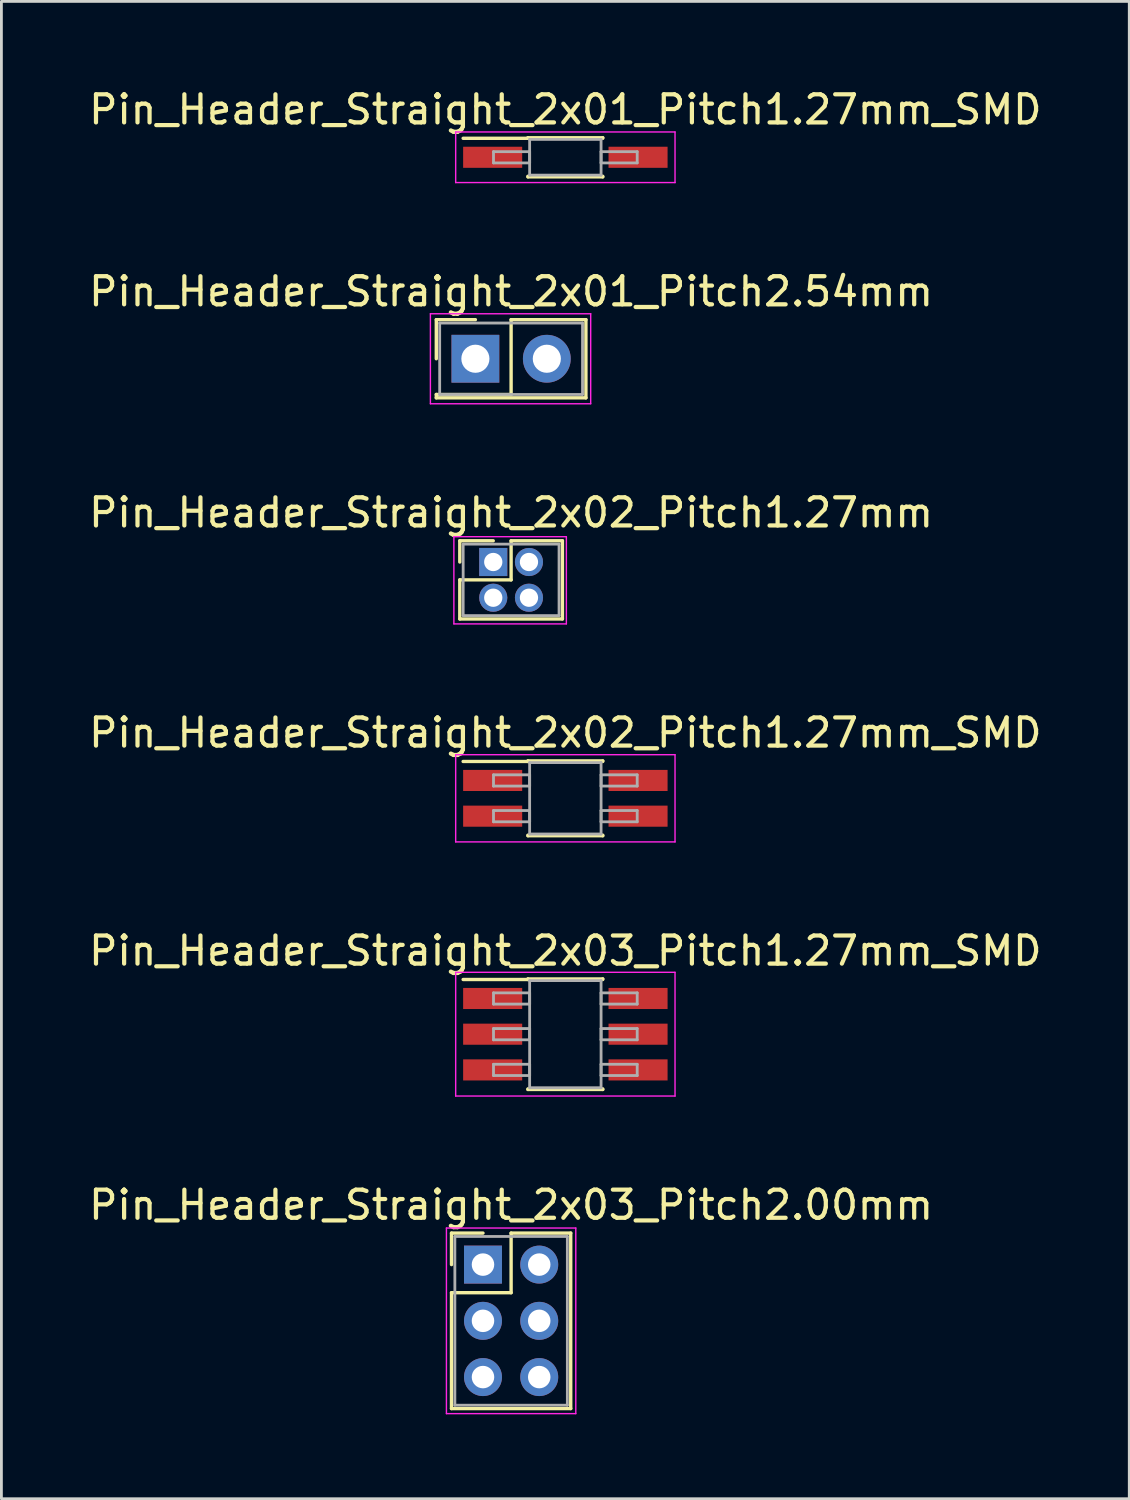
<source format=kicad_pcb>
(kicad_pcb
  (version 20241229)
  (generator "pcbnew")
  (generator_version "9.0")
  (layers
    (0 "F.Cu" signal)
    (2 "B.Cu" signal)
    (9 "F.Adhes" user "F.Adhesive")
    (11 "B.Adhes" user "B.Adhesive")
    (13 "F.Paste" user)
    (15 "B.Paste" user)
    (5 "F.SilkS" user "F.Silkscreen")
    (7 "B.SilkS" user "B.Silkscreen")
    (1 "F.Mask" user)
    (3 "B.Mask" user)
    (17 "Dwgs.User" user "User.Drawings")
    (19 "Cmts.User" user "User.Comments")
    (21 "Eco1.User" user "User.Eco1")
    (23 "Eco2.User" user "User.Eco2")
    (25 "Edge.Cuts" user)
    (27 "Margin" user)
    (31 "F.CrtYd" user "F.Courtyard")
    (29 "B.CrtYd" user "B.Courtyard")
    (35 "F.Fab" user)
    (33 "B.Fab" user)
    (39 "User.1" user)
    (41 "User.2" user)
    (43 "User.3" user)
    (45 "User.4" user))
  (footprint "Pin_Header_Straight_2x03_Pitch1.27mm_SMD"
    (layer "F.Cu")
    (at 17.054 33.726)
    (property "Reference" "Pin_Header_Straight_2x03_Pitch1.27mm_SMD" (at 0 -2.965 0) (layer "F.SilkS") (effects (font (size 1 1) (thickness 0.15))))
    (attr smd)
    (fp_line (start -3.635 -1.945) (end -1.33 -1.945) (stroke (width 0.12) (type solid)) (layer "F.SilkS"))
    (fp_line (start -1.33 -1.965) (end 1.33 -1.965) (stroke (width 0.12) (type solid)) (layer "F.SilkS"))
    (fp_line (start -1.33 -1.945) (end -1.33 -1.965) (stroke (width 0.12) (type solid)) (layer "F.SilkS"))
    (fp_line (start -1.33 1.945) (end -1.33 1.965) (stroke (width 0.12) (type solid)) (layer "F.SilkS"))
    (fp_line (start -1.33 1.965) (end 1.33 1.965) (stroke (width 0.12) (type solid)) (layer "F.SilkS"))
    (fp_line (start 1.33 -1.965) (end 1.33 -1.945) (stroke (width 0.12) (type solid)) (layer "F.SilkS"))
    (fp_line (start 1.33 1.965) (end 1.33 1.945) (stroke (width 0.12) (type solid)) (layer "F.SilkS"))
    (fp_line (start -3.9 -2.2) (end -3.9 2.2) (stroke (width 0.05) (type solid)) (layer "F.CrtYd"))
    (fp_line (start -3.9 2.2) (end 3.9 2.2) (stroke (width 0.05) (type solid)) (layer "F.CrtYd"))
    (fp_line (start 3.9 -2.2) (end -3.9 -2.2) (stroke (width 0.05) (type solid)) (layer "F.CrtYd"))
    (fp_line (start 3.9 2.2) (end 3.9 -2.2) (stroke (width 0.05) (type solid)) (layer "F.CrtYd"))
    (fp_line (start -2.555 -1.47) (end -1.27 -1.47) (stroke (width 0.1) (type solid)) (layer "F.Fab"))
    (fp_line (start -2.555 -1.07) (end -2.555 -1.47) (stroke (width 0.1) (type solid)) (layer "F.Fab"))
    (fp_line (start -2.555 -0.2) (end -1.27 -0.2) (stroke (width 0.1) (type solid)) (layer "F.Fab"))
    (fp_line (start -2.555 0.2) (end -2.555 -0.2) (stroke (width 0.1) (type solid)) (layer "F.Fab"))
    (fp_line (start -2.555 1.07) (end -1.27 1.07) (stroke (width 0.1) (type solid)) (layer "F.Fab"))
    (fp_line (start -2.555 1.47) (end -2.555 1.07) (stroke (width 0.1) (type solid)) (layer "F.Fab"))
    (fp_line (start -1.27 -1.905) (end -1.27 1.905) (stroke (width 0.1) (type solid)) (layer "F.Fab"))
    (fp_line (start -1.27 -1.47) (end -1.27 -1.07) (stroke (width 0.1) (type solid)) (layer "F.Fab"))
    (fp_line (start -1.27 -1.07) (end -2.555 -1.07) (stroke (width 0.1) (type solid)) (layer "F.Fab"))
    (fp_line (start -1.27 -0.2) (end -1.27 0.2) (stroke (width 0.1) (type solid)) (layer "F.Fab"))
    (fp_line (start -1.27 0.2) (end -2.555 0.2) (stroke (width 0.1) (type solid)) (layer "F.Fab"))
    (fp_line (start -1.27 1.07) (end -1.27 1.47) (stroke (width 0.1) (type solid)) (layer "F.Fab"))
    (fp_line (start -1.27 1.47) (end -2.555 1.47) (stroke (width 0.1) (type solid)) (layer "F.Fab"))
    (fp_line (start -1.27 1.905) (end 1.27 1.905) (stroke (width 0.1) (type solid)) (layer "F.Fab"))
    (fp_line (start 1.27 -1.905) (end -1.27 -1.905) (stroke (width 0.1) (type solid)) (layer "F.Fab"))
    (fp_line (start 1.27 -1.47) (end 1.27 -1.07) (stroke (width 0.1) (type solid)) (layer "F.Fab"))
    (fp_line (start 1.27 -1.07) (end 2.555 -1.07) (stroke (width 0.1) (type solid)) (layer "F.Fab"))
    (fp_line (start 1.27 -0.2) (end 1.27 0.2) (stroke (width 0.1) (type solid)) (layer "F.Fab"))
    (fp_line (start 1.27 0.2) (end 2.555 0.2) (stroke (width 0.1) (type solid)) (layer "F.Fab"))
    (fp_line (start 1.27 1.07) (end 1.27 1.47) (stroke (width 0.1) (type solid)) (layer "F.Fab"))
    (fp_line (start 1.27 1.47) (end 2.555 1.47) (stroke (width 0.1) (type solid)) (layer "F.Fab"))
    (fp_line (start 1.27 1.905) (end 1.27 -1.905) (stroke (width 0.1) (type solid)) (layer "F.Fab"))
    (fp_line (start 2.555 -1.47) (end 1.27 -1.47) (stroke (width 0.1) (type solid)) (layer "F.Fab"))
    (fp_line (start 2.555 -1.07) (end 2.555 -1.47) (stroke (width 0.1) (type solid)) (layer "F.Fab"))
    (fp_line (start 2.555 -0.2) (end 1.27 -0.2) (stroke (width 0.1) (type solid)) (layer "F.Fab"))
    (fp_line (start 2.555 0.2) (end 2.555 -0.2) (stroke (width 0.1) (type solid)) (layer "F.Fab"))
    (fp_line (start 2.555 1.07) (end 1.27 1.07) (stroke (width 0.1) (type solid)) (layer "F.Fab"))
    (fp_line (start 2.555 1.47) (end 2.555 1.07) (stroke (width 0.1) (type solid)) (layer "F.Fab"))
    (pad "1" smd rect (at -2.585 -1.27) (size 2.1 0.75) (layers "F.Cu" "F.Mask"))
    (pad "2" smd rect (at 2.585 -1.27) (size 2.1 0.75) (layers "F.Cu" "F.Mask"))
    (pad "3" smd rect (at -2.585 0) (size 2.1 0.75) (layers "F.Cu" "F.Mask"))
    (pad "4" smd rect (at 2.585 0) (size 2.1 0.75) (layers "F.Cu" "F.Mask"))
    (pad "5" smd rect (at -2.585 1.27) (size 2.1 0.75) (layers "F.Cu" "F.Mask"))
    (pad "6" smd rect (at 2.585 1.27) (size 2.1 0.75) (layers "F.Cu" "F.Mask")))
  (footprint "Pin_Header_Straight_2x02_Pitch1.27mm"
    (layer "F.Cu")
    (at 14.49 16.935)
    (property "Reference" "Pin_Header_Straight_2x02_Pitch1.27mm" (at 0.635 -1.755 0) (layer "F.SilkS") (effects (font (size 1 1) (thickness 0.15))))
    (attr through_hole)
    (fp_line (start -1.19 -0.755) (end 0 -0.755) (stroke (width 0.12) (type solid)) (layer "F.SilkS"))
    (fp_line (start -1.19 0) (end -1.19 -0.755) (stroke (width 0.12) (type solid)) (layer "F.SilkS"))
    (fp_line (start -1.19 0.635) (end -1.19 2.025) (stroke (width 0.12) (type solid)) (layer "F.SilkS"))
    (fp_line (start -1.19 2.025) (end 2.46 2.025) (stroke (width 0.12) (type solid)) (layer "F.SilkS"))
    (fp_line (start 0.635 -0.755) (end 0.635 0.635) (stroke (width 0.12) (type solid)) (layer "F.SilkS"))
    (fp_line (start 0.635 0.635) (end -1.19 0.635) (stroke (width 0.12) (type solid)) (layer "F.SilkS"))
    (fp_line (start 2.46 -0.755) (end 0.635 -0.755) (stroke (width 0.12) (type solid)) (layer "F.SilkS"))
    (fp_line (start 2.46 2.025) (end 2.46 -0.755) (stroke (width 0.12) (type solid)) (layer "F.SilkS"))
    (fp_line (start -1.4 -0.9) (end -1.4 2.2) (stroke (width 0.05) (type solid)) (layer "F.CrtYd"))
    (fp_line (start -1.4 2.2) (end 2.6 2.2) (stroke (width 0.05) (type solid)) (layer "F.CrtYd"))
    (fp_line (start 2.6 -0.9) (end -1.4 -0.9) (stroke (width 0.05) (type solid)) (layer "F.CrtYd"))
    (fp_line (start 2.6 2.2) (end 2.6 -0.9) (stroke (width 0.05) (type solid)) (layer "F.CrtYd"))
    (fp_line (start -1.07 -0.635) (end -1.07 1.905) (stroke (width 0.1) (type solid)) (layer "F.Fab"))
    (fp_line (start -1.07 1.905) (end 2.34 1.905) (stroke (width 0.1) (type solid)) (layer "F.Fab"))
    (fp_line (start 2.34 -0.635) (end -1.07 -0.635) (stroke (width 0.1) (type solid)) (layer "F.Fab"))
    (fp_line (start 2.34 1.905) (end 2.34 -0.635) (stroke (width 0.1) (type solid)) (layer "F.Fab"))
    (pad "1" thru_hole rect (at 0 0) (size 1 1) (drill 0.65) (layers "*.Cu" "*.Mask"))
    (pad "2" thru_hole oval (at 1.27 0) (size 1 1) (drill 0.65) (layers "*.Cu" "*.Mask"))
    (pad "3" thru_hole oval (at 0 1.27) (size 1 1) (drill 0.65) (layers "*.Cu" "*.Mask"))
    (pad "4" thru_hole oval (at 1.27 1.27) (size 1 1) (drill 0.65) (layers "*.Cu" "*.Mask")))
  (footprint "Pin_Header_Straight_2x03_Pitch2.00mm"
    (layer "F.Cu")
    (at 14.125 41.919)
    (property "Reference" "Pin_Header_Straight_2x03_Pitch2.00mm" (at 1 -2.12 0) (layer "F.SilkS") (effects (font (size 1 1) (thickness 0.15))))
    (attr through_hole)
    (fp_line (start -1.12 -1.12) (end 0 -1.12) (stroke (width 0.12) (type solid)) (layer "F.SilkS"))
    (fp_line (start -1.12 0) (end -1.12 -1.12) (stroke (width 0.12) (type solid)) (layer "F.SilkS"))
    (fp_line (start -1.12 1) (end -1.12 5.12) (stroke (width 0.12) (type solid)) (layer "F.SilkS"))
    (fp_line (start -1.12 5.12) (end 3.12 5.12) (stroke (width 0.12) (type solid)) (layer "F.SilkS"))
    (fp_line (start 1 -1.12) (end 1 1) (stroke (width 0.12) (type solid)) (layer "F.SilkS"))
    (fp_line (start 1 1) (end -1.12 1) (stroke (width 0.12) (type solid)) (layer "F.SilkS"))
    (fp_line (start 3.12 -1.12) (end 1 -1.12) (stroke (width 0.12) (type solid)) (layer "F.SilkS"))
    (fp_line (start 3.12 5.12) (end 3.12 -1.12) (stroke (width 0.12) (type solid)) (layer "F.SilkS"))
    (fp_line (start -1.3 -1.3) (end -1.3 5.3) (stroke (width 0.05) (type solid)) (layer "F.CrtYd"))
    (fp_line (start -1.3 5.3) (end 3.3 5.3) (stroke (width 0.05) (type solid)) (layer "F.CrtYd"))
    (fp_line (start 3.3 -1.3) (end -1.3 -1.3) (stroke (width 0.05) (type solid)) (layer "F.CrtYd"))
    (fp_line (start 3.3 5.3) (end 3.3 -1.3) (stroke (width 0.05) (type solid)) (layer "F.CrtYd"))
    (fp_line (start -1 -1) (end -1 5) (stroke (width 0.1) (type solid)) (layer "F.Fab"))
    (fp_line (start -1 5) (end 3 5) (stroke (width 0.1) (type solid)) (layer "F.Fab"))
    (fp_line (start 3 -1) (end -1 -1) (stroke (width 0.1) (type solid)) (layer "F.Fab"))
    (fp_line (start 3 5) (end 3 -1) (stroke (width 0.1) (type solid)) (layer "F.Fab"))
    (pad "1" thru_hole rect (at 0 0) (size 1.35 1.35) (drill 0.8) (layers "*.Cu" "*.Mask"))
    (pad "2" thru_hole oval (at 2 0) (size 1.35 1.35) (drill 0.8) (layers "*.Cu" "*.Mask"))
    (pad "3" thru_hole oval (at 0 2) (size 1.35 1.35) (drill 0.8) (layers "*.Cu" "*.Mask"))
    (pad "4" thru_hole oval (at 2 2) (size 1.35 1.35) (drill 0.8) (layers "*.Cu" "*.Mask"))
    (pad "5" thru_hole oval (at 0 4) (size 1.35 1.35) (drill 0.8) (layers "*.Cu" "*.Mask"))
    (pad "6" thru_hole oval (at 2 4) (size 1.35 1.35) (drill 0.8) (layers "*.Cu" "*.Mask")))
  (footprint "Pin_Header_Straight_2x01_Pitch2.54mm"
    (layer "F.Cu")
    (at 13.855 9.707)
    (property "Reference" "Pin_Header_Straight_2x01_Pitch2.54mm" (at 1.27 -2.39 0) (layer "F.SilkS") (effects (font (size 1 1) (thickness 0.15))))
    (attr through_hole)
    (fp_line (start -1.39 -1.39) (end 0 -1.39) (stroke (width 0.12) (type solid)) (layer "F.SilkS"))
    (fp_line (start -1.39 0) (end -1.39 -1.39) (stroke (width 0.12) (type solid)) (layer "F.SilkS"))
    (fp_line (start -1.39 1.27) (end -1.39 1.39) (stroke (width 0.12) (type solid)) (layer "F.SilkS"))
    (fp_line (start -1.39 1.39) (end 3.93 1.39) (stroke (width 0.12) (type solid)) (layer "F.SilkS"))
    (fp_line (start 1.27 -1.39) (end 1.27 1.27) (stroke (width 0.12) (type solid)) (layer "F.SilkS"))
    (fp_line (start 1.27 1.27) (end -1.39 1.27) (stroke (width 0.12) (type solid)) (layer "F.SilkS"))
    (fp_line (start 3.93 -1.39) (end 1.27 -1.39) (stroke (width 0.12) (type solid)) (layer "F.SilkS"))
    (fp_line (start 3.93 1.39) (end 3.93 -1.39) (stroke (width 0.12) (type solid)) (layer "F.SilkS"))
    (fp_line (start -1.6 -1.6) (end -1.6 1.6) (stroke (width 0.05) (type solid)) (layer "F.CrtYd"))
    (fp_line (start -1.6 1.6) (end 4.1 1.6) (stroke (width 0.05) (type solid)) (layer "F.CrtYd"))
    (fp_line (start 4.1 -1.6) (end -1.6 -1.6) (stroke (width 0.05) (type solid)) (layer "F.CrtYd"))
    (fp_line (start 4.1 1.6) (end 4.1 -1.6) (stroke (width 0.05) (type solid)) (layer "F.CrtYd"))
    (fp_line (start -1.27 -1.27) (end -1.27 1.27) (stroke (width 0.1) (type solid)) (layer "F.Fab"))
    (fp_line (start -1.27 1.27) (end 3.81 1.27) (stroke (width 0.1) (type solid)) (layer "F.Fab"))
    (fp_line (start 3.81 -1.27) (end -1.27 -1.27) (stroke (width 0.1) (type solid)) (layer "F.Fab"))
    (fp_line (start 3.81 1.27) (end 3.81 -1.27) (stroke (width 0.1) (type solid)) (layer "F.Fab"))
    (pad "1" thru_hole rect (at 0 0) (size 1.7 1.7) (drill 1) (layers "*.Cu" "*.Mask"))
    (pad "2" thru_hole oval (at 2.54 0) (size 1.7 1.7) (drill 1) (layers "*.Cu" "*.Mask")))
  (footprint "Pin_Header_Straight_2x01_Pitch1.27mm_SMD"
    (layer "F.Cu")
    (at 17.054 2.543)
    (property "Reference" "Pin_Header_Straight_2x01_Pitch1.27mm_SMD" (at 0 -1.695 0) (layer "F.SilkS") (effects (font (size 1 1) (thickness 0.15))))
    (attr smd)
    (fp_line (start -3.635 -0.675) (end -1.33 -0.675) (stroke (width 0.12) (type solid)) (layer "F.SilkS"))
    (fp_line (start -1.33 -0.695) (end 1.33 -0.695) (stroke (width 0.12) (type solid)) (layer "F.SilkS"))
    (fp_line (start -1.33 -0.675) (end -1.33 -0.695) (stroke (width 0.12) (type solid)) (layer "F.SilkS"))
    (fp_line (start -1.33 0.675) (end -1.33 0.695) (stroke (width 0.12) (type solid)) (layer "F.SilkS"))
    (fp_line (start -1.33 0.695) (end 1.33 0.695) (stroke (width 0.12) (type solid)) (layer "F.SilkS"))
    (fp_line (start 1.33 -0.695) (end 1.33 -0.675) (stroke (width 0.12) (type solid)) (layer "F.SilkS"))
    (fp_line (start 1.33 0.695) (end 1.33 0.675) (stroke (width 0.12) (type solid)) (layer "F.SilkS"))
    (fp_line (start -3.9 -0.9) (end -3.9 0.9) (stroke (width 0.05) (type solid)) (layer "F.CrtYd"))
    (fp_line (start -3.9 0.9) (end 3.9 0.9) (stroke (width 0.05) (type solid)) (layer "F.CrtYd"))
    (fp_line (start 3.9 -0.9) (end -3.9 -0.9) (stroke (width 0.05) (type solid)) (layer "F.CrtYd"))
    (fp_line (start 3.9 0.9) (end 3.9 -0.9) (stroke (width 0.05) (type solid)) (layer "F.CrtYd"))
    (fp_line (start -2.555 -0.2) (end -1.27 -0.2) (stroke (width 0.1) (type solid)) (layer "F.Fab"))
    (fp_line (start -2.555 0.2) (end -2.555 -0.2) (stroke (width 0.1) (type solid)) (layer "F.Fab"))
    (fp_line (start -1.27 -0.635) (end -1.27 0.635) (stroke (width 0.1) (type solid)) (layer "F.Fab"))
    (fp_line (start -1.27 -0.2) (end -1.27 0.2) (stroke (width 0.1) (type solid)) (layer "F.Fab"))
    (fp_line (start -1.27 0.2) (end -2.555 0.2) (stroke (width 0.1) (type solid)) (layer "F.Fab"))
    (fp_line (start -1.27 0.635) (end 1.27 0.635) (stroke (width 0.1) (type solid)) (layer "F.Fab"))
    (fp_line (start 1.27 -0.635) (end -1.27 -0.635) (stroke (width 0.1) (type solid)) (layer "F.Fab"))
    (fp_line (start 1.27 -0.2) (end 1.27 0.2) (stroke (width 0.1) (type solid)) (layer "F.Fab"))
    (fp_line (start 1.27 0.2) (end 2.555 0.2) (stroke (width 0.1) (type solid)) (layer "F.Fab"))
    (fp_line (start 1.27 0.635) (end 1.27 -0.635) (stroke (width 0.1) (type solid)) (layer "F.Fab"))
    (fp_line (start 2.555 -0.2) (end 1.27 -0.2) (stroke (width 0.1) (type solid)) (layer "F.Fab"))
    (fp_line (start 2.555 0.2) (end 2.555 -0.2) (stroke (width 0.1) (type solid)) (layer "F.Fab"))
    (pad "1" smd rect (at -2.585 0) (size 2.1 0.75) (layers "F.Cu" "F.Mask"))
    (pad "2" smd rect (at 2.585 0) (size 2.1 0.75) (layers "F.Cu" "F.Mask")))
  (footprint "Pin_Header_Straight_2x02_Pitch1.27mm_SMD"
    (layer "F.Cu")
    (at 17.054 25.338)
    (property "Reference" "Pin_Header_Straight_2x02_Pitch1.27mm_SMD" (at 0 -2.33 0) (layer "F.SilkS") (effects (font (size 1 1) (thickness 0.15))))
    (attr smd)
    (fp_line (start -3.635 -1.31) (end -1.33 -1.31) (stroke (width 0.12) (type solid)) (layer "F.SilkS"))
    (fp_line (start -1.33 -1.33) (end 1.33 -1.33) (stroke (width 0.12) (type solid)) (layer "F.SilkS"))
    (fp_line (start -1.33 -1.31) (end -1.33 -1.33) (stroke (width 0.12) (type solid)) (layer "F.SilkS"))
    (fp_line (start -1.33 1.31) (end -1.33 1.33) (stroke (width 0.12) (type solid)) (layer "F.SilkS"))
    (fp_line (start -1.33 1.33) (end 1.33 1.33) (stroke (width 0.12) (type solid)) (layer "F.SilkS"))
    (fp_line (start 1.33 -1.33) (end 1.33 -1.31) (stroke (width 0.12) (type solid)) (layer "F.SilkS"))
    (fp_line (start 1.33 1.33) (end 1.33 1.31) (stroke (width 0.12) (type solid)) (layer "F.SilkS"))
    (fp_line (start -3.9 -1.55) (end -3.9 1.55) (stroke (width 0.05) (type solid)) (layer "F.CrtYd"))
    (fp_line (start -3.9 1.55) (end 3.9 1.55) (stroke (width 0.05) (type solid)) (layer "F.CrtYd"))
    (fp_line (start 3.9 -1.55) (end -3.9 -1.55) (stroke (width 0.05) (type solid)) (layer "F.CrtYd"))
    (fp_line (start 3.9 1.55) (end 3.9 -1.55) (stroke (width 0.05) (type solid)) (layer "F.CrtYd"))
    (fp_line (start -2.555 -0.835) (end -1.27 -0.835) (stroke (width 0.1) (type solid)) (layer "F.Fab"))
    (fp_line (start -2.555 -0.435) (end -2.555 -0.835) (stroke (width 0.1) (type solid)) (layer "F.Fab"))
    (fp_line (start -2.555 0.435) (end -1.27 0.435) (stroke (width 0.1) (type solid)) (layer "F.Fab"))
    (fp_line (start -2.555 0.835) (end -2.555 0.435) (stroke (width 0.1) (type solid)) (layer "F.Fab"))
    (fp_line (start -1.27 -1.27) (end -1.27 1.27) (stroke (width 0.1) (type solid)) (layer "F.Fab"))
    (fp_line (start -1.27 -0.835) (end -1.27 -0.435) (stroke (width 0.1) (type solid)) (layer "F.Fab"))
    (fp_line (start -1.27 -0.435) (end -2.555 -0.435) (stroke (width 0.1) (type solid)) (layer "F.Fab"))
    (fp_line (start -1.27 0.435) (end -1.27 0.835) (stroke (width 0.1) (type solid)) (layer "F.Fab"))
    (fp_line (start -1.27 0.835) (end -2.555 0.835) (stroke (width 0.1) (type solid)) (layer "F.Fab"))
    (fp_line (start -1.27 1.27) (end 1.27 1.27) (stroke (width 0.1) (type solid)) (layer "F.Fab"))
    (fp_line (start 1.27 -1.27) (end -1.27 -1.27) (stroke (width 0.1) (type solid)) (layer "F.Fab"))
    (fp_line (start 1.27 -0.835) (end 1.27 -0.435) (stroke (width 0.1) (type solid)) (layer "F.Fab"))
    (fp_line (start 1.27 -0.435) (end 2.555 -0.435) (stroke (width 0.1) (type solid)) (layer "F.Fab"))
    (fp_line (start 1.27 0.435) (end 1.27 0.835) (stroke (width 0.1) (type solid)) (layer "F.Fab"))
    (fp_line (start 1.27 0.835) (end 2.555 0.835) (stroke (width 0.1) (type solid)) (layer "F.Fab"))
    (fp_line (start 1.27 1.27) (end 1.27 -1.27) (stroke (width 0.1) (type solid)) (layer "F.Fab"))
    (fp_line (start 2.555 -0.835) (end 1.27 -0.835) (stroke (width 0.1) (type solid)) (layer "F.Fab"))
    (fp_line (start 2.555 -0.435) (end 2.555 -0.835) (stroke (width 0.1) (type solid)) (layer "F.Fab"))
    (fp_line (start 2.555 0.435) (end 1.27 0.435) (stroke (width 0.1) (type solid)) (layer "F.Fab"))
    (fp_line (start 2.555 0.835) (end 2.555 0.435) (stroke (width 0.1) (type solid)) (layer "F.Fab"))
    (pad "1" smd rect (at -2.585 -0.635) (size 2.1 0.75) (layers "F.Cu" "F.Mask"))
    (pad "2" smd rect (at 2.585 -0.635) (size 2.1 0.75) (layers "F.Cu" "F.Mask"))
    (pad "3" smd rect (at -2.585 0.635) (size 2.1 0.75) (layers "F.Cu" "F.Mask"))
    (pad "4" smd rect (at 2.585 0.635) (size 2.1 0.75) (layers "F.Cu" "F.Mask")))
  (gr_rect
    (start -3 -3)
    (end 37.107 50.245)
    (stroke (width 0.1) (type default))
    (fill no)
    (layer "Edge.Cuts")))
</source>
